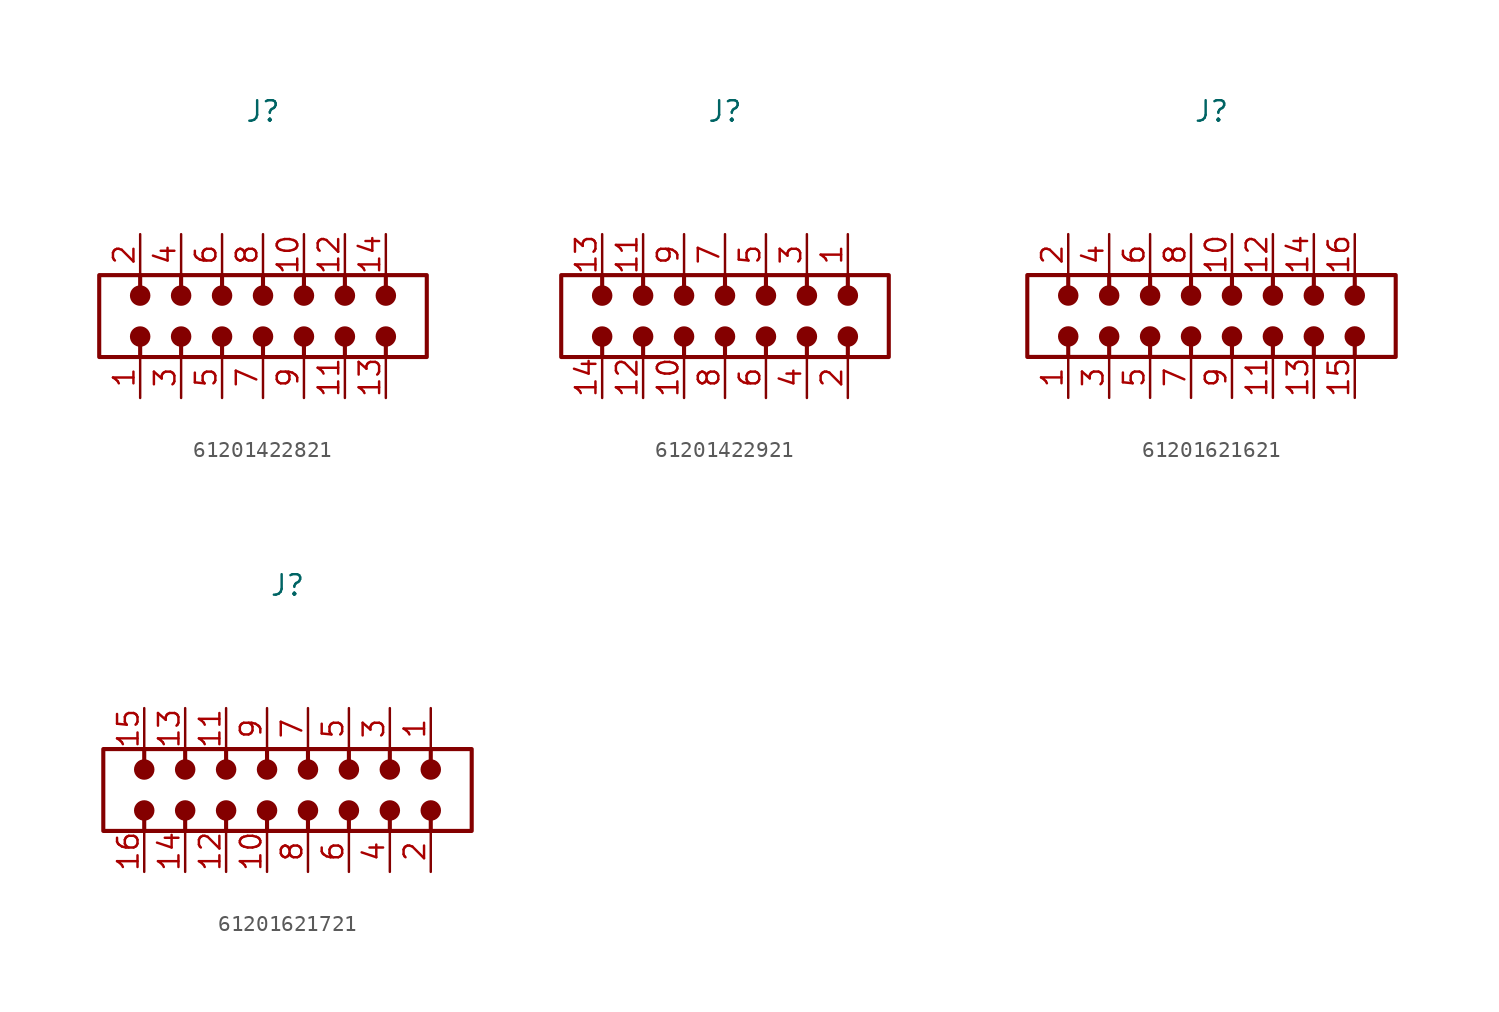
<source format=kicad_sym>
(kicad_symbol_lib
  (version 20241209)
  (generator "kicad_symbol_editor")
  (generator_version "9.0")
  (symbol "61201422821"
    (pin_names
      (hide yes))
    (property "Reference" "J"
      (at 0 12.7 0)
      (effects (font (size 1.27 1.27))))
    (symbol "61201422821_1_1"
      (rectangle (start -10.16 2.54) (end 10.16 -2.54) (stroke (width 0.254) (type solid)) (fill (type none)))
      (polyline (pts (xy -7.62 1.778) (xy -7.62 2.54)) (stroke (width 0.254) (type solid)) (fill (type none)))
      (circle (center -7.62 1.27) (radius 0.508) (stroke (width 0.254) (type solid)) (fill (type outline)))
      (circle (center -7.62 -1.27) (radius 0.508) (stroke (width 0.254) (type solid)) (fill (type outline)))
      (polyline (pts (xy -7.62 -1.778) (xy -7.62 -2.54)) (stroke (width 0.254) (type solid)) (fill (type none)))
      (polyline (pts (xy -5.08 1.778) (xy -5.08 2.54)) (stroke (width 0.254) (type solid)) (fill (type none)))
      (circle (center -5.08 1.27) (radius 0.508) (stroke (width 0.254) (type solid)) (fill (type outline)))
      (circle (center -5.08 -1.27) (radius 0.508) (stroke (width 0.254) (type solid)) (fill (type outline)))
      (polyline (pts (xy -5.08 -1.778) (xy -5.08 -2.54)) (stroke (width 0.254) (type solid)) (fill (type none)))
      (polyline (pts (xy -2.54 1.778) (xy -2.54 2.54)) (stroke (width 0.254) (type solid)) (fill (type none)))
      (circle (center -2.54 1.27) (radius 0.508) (stroke (width 0.254) (type solid)) (fill (type outline)))
      (circle (center -2.54 -1.27) (radius 0.508) (stroke (width 0.254) (type solid)) (fill (type outline)))
      (polyline (pts (xy -2.54 -1.778) (xy -2.54 -2.54)) (stroke (width 0.254) (type solid)) (fill (type none)))
      (polyline (pts (xy 0 1.778) (xy 0 2.54)) (stroke (width 0.254) (type solid)) (fill (type none)))
      (circle (center 0 1.27) (radius 0.508) (stroke (width 0.254) (type solid)) (fill (type outline)))
      (circle (center 0 -1.27) (radius 0.508) (stroke (width 0.254) (type solid)) (fill (type outline)))
      (polyline (pts (xy 0 -1.778) (xy 0 -2.54)) (stroke (width 0.254) (type solid)) (fill (type none)))
      (polyline (pts (xy 2.54 1.778) (xy 2.54 2.54)) (stroke (width 0.254) (type solid)) (fill (type none)))
      (circle (center 2.54 1.27) (radius 0.508) (stroke (width 0.254) (type solid)) (fill (type outline)))
      (circle (center 2.54 -1.27) (radius 0.508) (stroke (width 0.254) (type solid)) (fill (type outline)))
      (polyline (pts (xy 2.54 -1.778) (xy 2.54 -2.54)) (stroke (width 0.254) (type solid)) (fill (type none)))
      (polyline (pts (xy 5.08 1.778) (xy 5.08 2.54)) (stroke (width 0.254) (type solid)) (fill (type none)))
      (circle (center 5.08 1.27) (radius 0.508) (stroke (width 0.254) (type solid)) (fill (type outline)))
      (circle (center 5.08 -1.27) (radius 0.508) (stroke (width 0.254) (type solid)) (fill (type outline)))
      (polyline (pts (xy 5.08 -1.778) (xy 5.08 -2.54)) (stroke (width 0.254) (type solid)) (fill (type none)))
      (polyline (pts (xy 7.62 1.778) (xy 7.62 2.54)) (stroke (width 0.254) (type solid)) (fill (type none)))
      (circle (center 7.62 1.27) (radius 0.508) (stroke (width 0.254) (type solid)) (fill (type outline)))
      (circle (center 7.62 -1.27) (radius 0.508) (stroke (width 0.254) (type solid)) (fill (type outline)))
      (polyline (pts (xy 7.62 -1.778) (xy 7.62 -2.54)) (stroke (width 0.254) (type solid)) (fill (type none)))
      (pin passive line (at -7.62 5.08 270) (length 2.54) (name "2" (effects (font (size 1.27 1.27)))) (number "2" (effects (font (size 1.27 1.27)))))
      (pin passive line (at -7.62 -5.08 90) (length 2.54) (name "1" (effects (font (size 1.27 1.27)))) (number "1" (effects (font (size 1.27 1.27)))))
      (pin passive line (at -5.08 5.08 270) (length 2.54) (name "4" (effects (font (size 1.27 1.27)))) (number "4" (effects (font (size 1.27 1.27)))))
      (pin passive line (at -5.08 -5.08 90) (length 2.54) (name "3" (effects (font (size 1.27 1.27)))) (number "3" (effects (font (size 1.27 1.27)))))
      (pin passive line (at -2.54 5.08 270) (length 2.54) (name "6" (effects (font (size 1.27 1.27)))) (number "6" (effects (font (size 1.27 1.27)))))
      (pin passive line (at -2.54 -5.08 90) (length 2.54) (name "5" (effects (font (size 1.27 1.27)))) (number "5" (effects (font (size 1.27 1.27)))))
      (pin passive line (at 0 5.08 270) (length 2.54) (name "8" (effects (font (size 1.27 1.27)))) (number "8" (effects (font (size 1.27 1.27)))))
      (pin passive line (at 0 -5.08 90) (length 2.54) (name "7" (effects (font (size 1.27 1.27)))) (number "7" (effects (font (size 1.27 1.27)))))
      (pin passive line (at 2.54 5.08 270) (length 2.54) (name "10" (effects (font (size 1.27 1.27)))) (number "10" (effects (font (size 1.27 1.27)))))
      (pin passive line (at 2.54 -5.08 90) (length 2.54) (name "9" (effects (font (size 1.27 1.27)))) (number "9" (effects (font (size 1.27 1.27)))))
      (pin passive line (at 5.08 5.08 270) (length 2.54) (name "12" (effects (font (size 1.27 1.27)))) (number "12" (effects (font (size 1.27 1.27)))))
      (pin passive line (at 5.08 -5.08 90) (length 2.54) (name "11" (effects (font (size 1.27 1.27)))) (number "11" (effects (font (size 1.27 1.27)))))
      (pin passive line (at 7.62 5.08 270) (length 2.54) (name "14" (effects (font (size 1.27 1.27)))) (number "14" (effects (font (size 1.27 1.27)))))
      (pin passive line (at 7.62 -5.08 90) (length 2.54) (name "13" (effects (font (size 1.27 1.27)))) (number "13" (effects (font (size 1.27 1.27)))))))
  (symbol "61201422921"
    (pin_names
      (hide yes))
    (property "Reference" "J"
      (at 0 12.7 0)
      (effects (font (size 1.27 1.27))))
    (symbol "61201422921_1_1"
      (rectangle (start -10.16 2.54) (end 10.16 -2.54) (stroke (width 0.254) (type solid)) (fill (type none)))
      (polyline (pts (xy -7.62 1.778) (xy -7.62 2.54)) (stroke (width 0.254) (type solid)) (fill (type none)))
      (circle (center -7.62 1.27) (radius 0.508) (stroke (width 0.254) (type solid)) (fill (type outline)))
      (circle (center -7.62 -1.27) (radius 0.508) (stroke (width 0.254) (type solid)) (fill (type outline)))
      (polyline (pts (xy -7.62 -1.778) (xy -7.62 -2.54)) (stroke (width 0.254) (type solid)) (fill (type none)))
      (polyline (pts (xy -5.08 1.778) (xy -5.08 2.54)) (stroke (width 0.254) (type solid)) (fill (type none)))
      (circle (center -5.08 1.27) (radius 0.508) (stroke (width 0.254) (type solid)) (fill (type outline)))
      (circle (center -5.08 -1.27) (radius 0.508) (stroke (width 0.254) (type solid)) (fill (type outline)))
      (polyline (pts (xy -5.08 -1.778) (xy -5.08 -2.54)) (stroke (width 0.254) (type solid)) (fill (type none)))
      (polyline (pts (xy -2.54 1.778) (xy -2.54 2.54)) (stroke (width 0.254) (type solid)) (fill (type none)))
      (circle (center -2.54 1.27) (radius 0.508) (stroke (width 0.254) (type solid)) (fill (type outline)))
      (circle (center -2.54 -1.27) (radius 0.508) (stroke (width 0.254) (type solid)) (fill (type outline)))
      (polyline (pts (xy -2.54 -1.778) (xy -2.54 -2.54)) (stroke (width 0.254) (type solid)) (fill (type none)))
      (polyline (pts (xy 0 1.778) (xy 0 2.54)) (stroke (width 0.254) (type solid)) (fill (type none)))
      (circle (center 0 1.27) (radius 0.508) (stroke (width 0.254) (type solid)) (fill (type outline)))
      (circle (center 0 -1.27) (radius 0.508) (stroke (width 0.254) (type solid)) (fill (type outline)))
      (polyline (pts (xy 0 -1.778) (xy 0 -2.54)) (stroke (width 0.254) (type solid)) (fill (type none)))
      (polyline (pts (xy 2.54 1.778) (xy 2.54 2.54)) (stroke (width 0.254) (type solid)) (fill (type none)))
      (circle (center 2.54 1.27) (radius 0.508) (stroke (width 0.254) (type solid)) (fill (type outline)))
      (circle (center 2.54 -1.27) (radius 0.508) (stroke (width 0.254) (type solid)) (fill (type outline)))
      (polyline (pts (xy 2.54 -1.778) (xy 2.54 -2.54)) (stroke (width 0.254) (type solid)) (fill (type none)))
      (polyline (pts (xy 5.08 1.778) (xy 5.08 2.54)) (stroke (width 0.254) (type solid)) (fill (type none)))
      (circle (center 5.08 1.27) (radius 0.508) (stroke (width 0.254) (type solid)) (fill (type outline)))
      (circle (center 5.08 -1.27) (radius 0.508) (stroke (width 0.254) (type solid)) (fill (type outline)))
      (polyline (pts (xy 5.08 -1.778) (xy 5.08 -2.54)) (stroke (width 0.254) (type solid)) (fill (type none)))
      (polyline (pts (xy 7.62 1.778) (xy 7.62 2.54)) (stroke (width 0.254) (type solid)) (fill (type none)))
      (circle (center 7.62 1.27) (radius 0.508) (stroke (width 0.254) (type solid)) (fill (type outline)))
      (circle (center 7.62 -1.27) (radius 0.508) (stroke (width 0.254) (type solid)) (fill (type outline)))
      (polyline (pts (xy 7.62 -1.778) (xy 7.62 -2.54)) (stroke (width 0.254) (type solid)) (fill (type none)))
      (pin passive line (at -7.62 5.08 270) (length 2.54) (name "13" (effects (font (size 1.27 1.27)))) (number "13" (effects (font (size 1.27 1.27)))))
      (pin passive line (at -7.62 -5.08 90) (length 2.54) (name "14" (effects (font (size 1.27 1.27)))) (number "14" (effects (font (size 1.27 1.27)))))
      (pin passive line (at -5.08 5.08 270) (length 2.54) (name "11" (effects (font (size 1.27 1.27)))) (number "11" (effects (font (size 1.27 1.27)))))
      (pin passive line (at -5.08 -5.08 90) (length 2.54) (name "12" (effects (font (size 1.27 1.27)))) (number "12" (effects (font (size 1.27 1.27)))))
      (pin passive line (at -2.54 5.08 270) (length 2.54) (name "9" (effects (font (size 1.27 1.27)))) (number "9" (effects (font (size 1.27 1.27)))))
      (pin passive line (at -2.54 -5.08 90) (length 2.54) (name "10" (effects (font (size 1.27 1.27)))) (number "10" (effects (font (size 1.27 1.27)))))
      (pin passive line (at 0 5.08 270) (length 2.54) (name "7" (effects (font (size 1.27 1.27)))) (number "7" (effects (font (size 1.27 1.27)))))
      (pin passive line (at 0 -5.08 90) (length 2.54) (name "8" (effects (font (size 1.27 1.27)))) (number "8" (effects (font (size 1.27 1.27)))))
      (pin passive line (at 2.54 5.08 270) (length 2.54) (name "5" (effects (font (size 1.27 1.27)))) (number "5" (effects (font (size 1.27 1.27)))))
      (pin passive line (at 2.54 -5.08 90) (length 2.54) (name "6" (effects (font (size 1.27 1.27)))) (number "6" (effects (font (size 1.27 1.27)))))
      (pin passive line (at 5.08 5.08 270) (length 2.54) (name "3" (effects (font (size 1.27 1.27)))) (number "3" (effects (font (size 1.27 1.27)))))
      (pin passive line (at 5.08 -5.08 90) (length 2.54) (name "4" (effects (font (size 1.27 1.27)))) (number "4" (effects (font (size 1.27 1.27)))))
      (pin passive line (at 7.62 5.08 270) (length 2.54) (name "1" (effects (font (size 1.27 1.27)))) (number "1" (effects (font (size 1.27 1.27)))))
      (pin passive line (at 7.62 -5.08 90) (length 2.54) (name "2" (effects (font (size 1.27 1.27)))) (number "2" (effects (font (size 1.27 1.27)))))))
  (symbol "61201621621"
    (pin_names
      (hide yes))
    (property "Reference" "J"
      (at 0 12.7 0)
      (effects (font (size 1.27 1.27))))
    (symbol "61201621621_1_1"
      (rectangle (start -11.43 2.54) (end 11.43 -2.54) (stroke (width 0.254) (type solid)) (fill (type none)))
      (polyline (pts (xy -8.89 1.778) (xy -8.89 2.54)) (stroke (width 0.254) (type solid)) (fill (type none)))
      (circle (center -8.89 1.27) (radius 0.508) (stroke (width 0.254) (type solid)) (fill (type outline)))
      (circle (center -8.89 -1.27) (radius 0.508) (stroke (width 0.254) (type solid)) (fill (type outline)))
      (polyline (pts (xy -8.89 -1.778) (xy -8.89 -2.54)) (stroke (width 0.254) (type solid)) (fill (type none)))
      (polyline (pts (xy -6.35 1.778) (xy -6.35 2.54)) (stroke (width 0.254) (type solid)) (fill (type none)))
      (circle (center -6.35 1.27) (radius 0.508) (stroke (width 0.254) (type solid)) (fill (type outline)))
      (circle (center -6.35 -1.27) (radius 0.508) (stroke (width 0.254) (type solid)) (fill (type outline)))
      (polyline (pts (xy -6.35 -1.778) (xy -6.35 -2.54)) (stroke (width 0.254) (type solid)) (fill (type none)))
      (polyline (pts (xy -3.81 1.778) (xy -3.81 2.54)) (stroke (width 0.254) (type solid)) (fill (type none)))
      (circle (center -3.81 1.27) (radius 0.508) (stroke (width 0.254) (type solid)) (fill (type outline)))
      (circle (center -3.81 -1.27) (radius 0.508) (stroke (width 0.254) (type solid)) (fill (type outline)))
      (polyline (pts (xy -3.81 -1.778) (xy -3.81 -2.54)) (stroke (width 0.254) (type solid)) (fill (type none)))
      (polyline (pts (xy -1.27 1.778) (xy -1.27 2.54)) (stroke (width 0.254) (type solid)) (fill (type none)))
      (circle (center -1.27 1.27) (radius 0.508) (stroke (width 0.254) (type solid)) (fill (type outline)))
      (circle (center -1.27 -1.27) (radius 0.508) (stroke (width 0.254) (type solid)) (fill (type outline)))
      (polyline (pts (xy -1.27 -1.778) (xy -1.27 -2.54)) (stroke (width 0.254) (type solid)) (fill (type none)))
      (polyline (pts (xy 1.27 1.778) (xy 1.27 2.54)) (stroke (width 0.254) (type solid)) (fill (type none)))
      (circle (center 1.27 1.27) (radius 0.508) (stroke (width 0.254) (type solid)) (fill (type outline)))
      (circle (center 1.27 -1.27) (radius 0.508) (stroke (width 0.254) (type solid)) (fill (type outline)))
      (polyline (pts (xy 1.27 -1.778) (xy 1.27 -2.54)) (stroke (width 0.254) (type solid)) (fill (type none)))
      (polyline (pts (xy 3.81 1.778) (xy 3.81 2.54)) (stroke (width 0.254) (type solid)) (fill (type none)))
      (circle (center 3.81 1.27) (radius 0.508) (stroke (width 0.254) (type solid)) (fill (type outline)))
      (circle (center 3.81 -1.27) (radius 0.508) (stroke (width 0.254) (type solid)) (fill (type outline)))
      (polyline (pts (xy 3.81 -1.778) (xy 3.81 -2.54)) (stroke (width 0.254) (type solid)) (fill (type none)))
      (polyline (pts (xy 6.35 1.778) (xy 6.35 2.54)) (stroke (width 0.254) (type solid)) (fill (type none)))
      (circle (center 6.35 1.27) (radius 0.508) (stroke (width 0.254) (type solid)) (fill (type outline)))
      (circle (center 6.35 -1.27) (radius 0.508) (stroke (width 0.254) (type solid)) (fill (type outline)))
      (polyline (pts (xy 6.35 -1.778) (xy 6.35 -2.54)) (stroke (width 0.254) (type solid)) (fill (type none)))
      (polyline (pts (xy 8.89 1.778) (xy 8.89 2.54)) (stroke (width 0.254) (type solid)) (fill (type none)))
      (circle (center 8.89 1.27) (radius 0.508) (stroke (width 0.254) (type solid)) (fill (type outline)))
      (circle (center 8.89 -1.27) (radius 0.508) (stroke (width 0.254) (type solid)) (fill (type outline)))
      (polyline (pts (xy 8.89 -1.778) (xy 8.89 -2.54)) (stroke (width 0.254) (type solid)) (fill (type none)))
      (pin passive line (at -8.89 5.08 270) (length 2.54) (name "2" (effects (font (size 1.27 1.27)))) (number "2" (effects (font (size 1.27 1.27)))))
      (pin passive line (at -8.89 -5.08 90) (length 2.54) (name "1" (effects (font (size 1.27 1.27)))) (number "1" (effects (font (size 1.27 1.27)))))
      (pin passive line (at -6.35 5.08 270) (length 2.54) (name "4" (effects (font (size 1.27 1.27)))) (number "4" (effects (font (size 1.27 1.27)))))
      (pin passive line (at -6.35 -5.08 90) (length 2.54) (name "3" (effects (font (size 1.27 1.27)))) (number "3" (effects (font (size 1.27 1.27)))))
      (pin passive line (at -3.81 5.08 270) (length 2.54) (name "6" (effects (font (size 1.27 1.27)))) (number "6" (effects (font (size 1.27 1.27)))))
      (pin passive line (at -3.81 -5.08 90) (length 2.54) (name "5" (effects (font (size 1.27 1.27)))) (number "5" (effects (font (size 1.27 1.27)))))
      (pin passive line (at -1.27 5.08 270) (length 2.54) (name "8" (effects (font (size 1.27 1.27)))) (number "8" (effects (font (size 1.27 1.27)))))
      (pin passive line (at -1.27 -5.08 90) (length 2.54) (name "7" (effects (font (size 1.27 1.27)))) (number "7" (effects (font (size 1.27 1.27)))))
      (pin passive line (at 1.27 5.08 270) (length 2.54) (name "10" (effects (font (size 1.27 1.27)))) (number "10" (effects (font (size 1.27 1.27)))))
      (pin passive line (at 1.27 -5.08 90) (length 2.54) (name "9" (effects (font (size 1.27 1.27)))) (number "9" (effects (font (size 1.27 1.27)))))
      (pin passive line (at 3.81 5.08 270) (length 2.54) (name "12" (effects (font (size 1.27 1.27)))) (number "12" (effects (font (size 1.27 1.27)))))
      (pin passive line (at 3.81 -5.08 90) (length 2.54) (name "11" (effects (font (size 1.27 1.27)))) (number "11" (effects (font (size 1.27 1.27)))))
      (pin passive line (at 6.35 5.08 270) (length 2.54) (name "14" (effects (font (size 1.27 1.27)))) (number "14" (effects (font (size 1.27 1.27)))))
      (pin passive line (at 6.35 -5.08 90) (length 2.54) (name "13" (effects (font (size 1.27 1.27)))) (number "13" (effects (font (size 1.27 1.27)))))
      (pin passive line (at 8.89 5.08 270) (length 2.54) (name "16" (effects (font (size 1.27 1.27)))) (number "16" (effects (font (size 1.27 1.27)))))
      (pin passive line (at 8.89 -5.08 90) (length 2.54) (name "15" (effects (font (size 1.27 1.27)))) (number "15" (effects (font (size 1.27 1.27)))))))
  (symbol "61201621721"
    (pin_names
      (hide yes))
    (property "Reference" "J"
      (at 0 12.7 0)
      (effects (font (size 1.27 1.27))))
    (symbol "61201621721_1_1"
      (polyline (pts (xy -8.89 1.778) (xy -8.89 2.54)) (stroke (width 0.254) (type solid)) (fill (type none)))
      (circle (center -8.89 1.27) (radius 0.508) (stroke (width 0.254) (type solid)) (fill (type outline)))
      (circle (center -8.89 -1.27) (radius 0.508) (stroke (width 0.254) (type solid)) (fill (type outline)))
      (polyline (pts (xy -8.89 -1.778) (xy -8.89 -2.54)) (stroke (width 0.254) (type solid)) (fill (type none)))
      (polyline (pts (xy -6.35 1.778) (xy -6.35 2.54)) (stroke (width 0.254) (type solid)) (fill (type none)))
      (circle (center -6.35 1.27) (radius 0.508) (stroke (width 0.254) (type solid)) (fill (type outline)))
      (circle (center -6.35 -1.27) (radius 0.508) (stroke (width 0.254) (type solid)) (fill (type outline)))
      (polyline (pts (xy -6.35 -1.778) (xy -6.35 -2.54)) (stroke (width 0.254) (type solid)) (fill (type none)))
      (polyline (pts (xy -3.81 1.778) (xy -3.81 2.54)) (stroke (width 0.254) (type solid)) (fill (type none)))
      (circle (center -3.81 1.27) (radius 0.508) (stroke (width 0.254) (type solid)) (fill (type outline)))
      (circle (center -3.81 -1.27) (radius 0.508) (stroke (width 0.254) (type solid)) (fill (type outline)))
      (polyline (pts (xy -3.81 -1.778) (xy -3.81 -2.54)) (stroke (width 0.254) (type solid)) (fill (type none)))
      (polyline (pts (xy -1.27 1.778) (xy -1.27 2.54)) (stroke (width 0.254) (type solid)) (fill (type none)))
      (circle (center -1.27 1.27) (radius 0.508) (stroke (width 0.254) (type solid)) (fill (type outline)))
      (circle (center -1.27 -1.27) (radius 0.508) (stroke (width 0.254) (type solid)) (fill (type outline)))
      (polyline (pts (xy -1.27 -1.778) (xy -1.27 -2.54)) (stroke (width 0.254) (type solid)) (fill (type none)))
      (polyline (pts (xy 1.27 1.778) (xy 1.27 2.54)) (stroke (width 0.254) (type solid)) (fill (type none)))
      (circle (center 1.27 1.27) (radius 0.508) (stroke (width 0.254) (type solid)) (fill (type outline)))
      (circle (center 1.27 -1.27) (radius 0.508) (stroke (width 0.254) (type solid)) (fill (type outline)))
      (polyline (pts (xy 1.27 -1.778) (xy 1.27 -2.54)) (stroke (width 0.254) (type solid)) (fill (type none)))
      (polyline (pts (xy 3.81 1.778) (xy 3.81 2.54)) (stroke (width 0.254) (type solid)) (fill (type none)))
      (circle (center 3.81 1.27) (radius 0.508) (stroke (width 0.254) (type solid)) (fill (type outline)))
      (circle (center 3.81 -1.27) (radius 0.508) (stroke (width 0.254) (type solid)) (fill (type outline)))
      (polyline (pts (xy 3.81 -1.778) (xy 3.81 -2.54)) (stroke (width 0.254) (type solid)) (fill (type none)))
      (polyline (pts (xy 6.35 1.778) (xy 6.35 2.54)) (stroke (width 0.254) (type solid)) (fill (type none)))
      (circle (center 6.35 1.27) (radius 0.508) (stroke (width 0.254) (type solid)) (fill (type outline)))
      (circle (center 6.35 -1.27) (radius 0.508) (stroke (width 0.254) (type solid)) (fill (type outline)))
      (polyline (pts (xy 6.35 -1.778) (xy 6.35 -2.54)) (stroke (width 0.254) (type solid)) (fill (type none)))
      (polyline (pts (xy 8.89 1.778) (xy 8.89 2.54)) (stroke (width 0.254) (type solid)) (fill (type none)))
      (circle (center 8.89 1.27) (radius 0.508) (stroke (width 0.254) (type solid)) (fill (type outline)))
      (circle (center 8.89 -1.27) (radius 0.508) (stroke (width 0.254) (type solid)) (fill (type outline)))
      (polyline (pts (xy 8.89 -1.778) (xy 8.89 -2.54)) (stroke (width 0.254) (type solid)) (fill (type none)))
      (rectangle (start 11.43 -2.54) (end -11.43 2.54) (stroke (width 0.254) (type solid)) (fill (type none)))
      (pin passive line (at -8.89 5.08 270) (length 2.54) (name "15" (effects (font (size 1.27 1.27)))) (number "15" (effects (font (size 1.27 1.27)))))
      (pin passive line (at -8.89 -5.08 90) (length 2.54) (name "16" (effects (font (size 1.27 1.27)))) (number "16" (effects (font (size 1.27 1.27)))))
      (pin passive line (at -6.35 5.08 270) (length 2.54) (name "13" (effects (font (size 1.27 1.27)))) (number "13" (effects (font (size 1.27 1.27)))))
      (pin passive line (at -6.35 -5.08 90) (length 2.54) (name "14" (effects (font (size 1.27 1.27)))) (number "14" (effects (font (size 1.27 1.27)))))
      (pin passive line (at -3.81 5.08 270) (length 2.54) (name "11" (effects (font (size 1.27 1.27)))) (number "11" (effects (font (size 1.27 1.27)))))
      (pin passive line (at -3.81 -5.08 90) (length 2.54) (name "12" (effects (font (size 1.27 1.27)))) (number "12" (effects (font (size 1.27 1.27)))))
      (pin passive line (at -1.27 5.08 270) (length 2.54) (name "9" (effects (font (size 1.27 1.27)))) (number "9" (effects (font (size 1.27 1.27)))))
      (pin passive line (at -1.27 -5.08 90) (length 2.54) (name "10" (effects (font (size 1.27 1.27)))) (number "10" (effects (font (size 1.27 1.27)))))
      (pin passive line (at 1.27 5.08 270) (length 2.54) (name "7" (effects (font (size 1.27 1.27)))) (number "7" (effects (font (size 1.27 1.27)))))
      (pin passive line (at 1.27 -5.08 90) (length 2.54) (name "8" (effects (font (size 1.27 1.27)))) (number "8" (effects (font (size 1.27 1.27)))))
      (pin passive line (at 3.81 5.08 270) (length 2.54) (name "5" (effects (font (size 1.27 1.27)))) (number "5" (effects (font (size 1.27 1.27)))))
      (pin passive line (at 3.81 -5.08 90) (length 2.54) (name "6" (effects (font (size 1.27 1.27)))) (number "6" (effects (font (size 1.27 1.27)))))
      (pin passive line (at 6.35 5.08 270) (length 2.54) (name "3" (effects (font (size 1.27 1.27)))) (number "3" (effects (font (size 1.27 1.27)))))
      (pin passive line (at 6.35 -5.08 90) (length 2.54) (name "4" (effects (font (size 1.27 1.27)))) (number "4" (effects (font (size 1.27 1.27)))))
      (pin passive line (at 8.89 5.08 270) (length 2.54) (name "1" (effects (font (size 1.27 1.27)))) (number "1" (effects (font (size 1.27 1.27)))))
      (pin passive line (at 8.89 -5.08 90) (length 2.54) (name "2" (effects (font (size 1.27 1.27)))) (number "2" (effects (font (size 1.27 1.27))))))))
</source>
